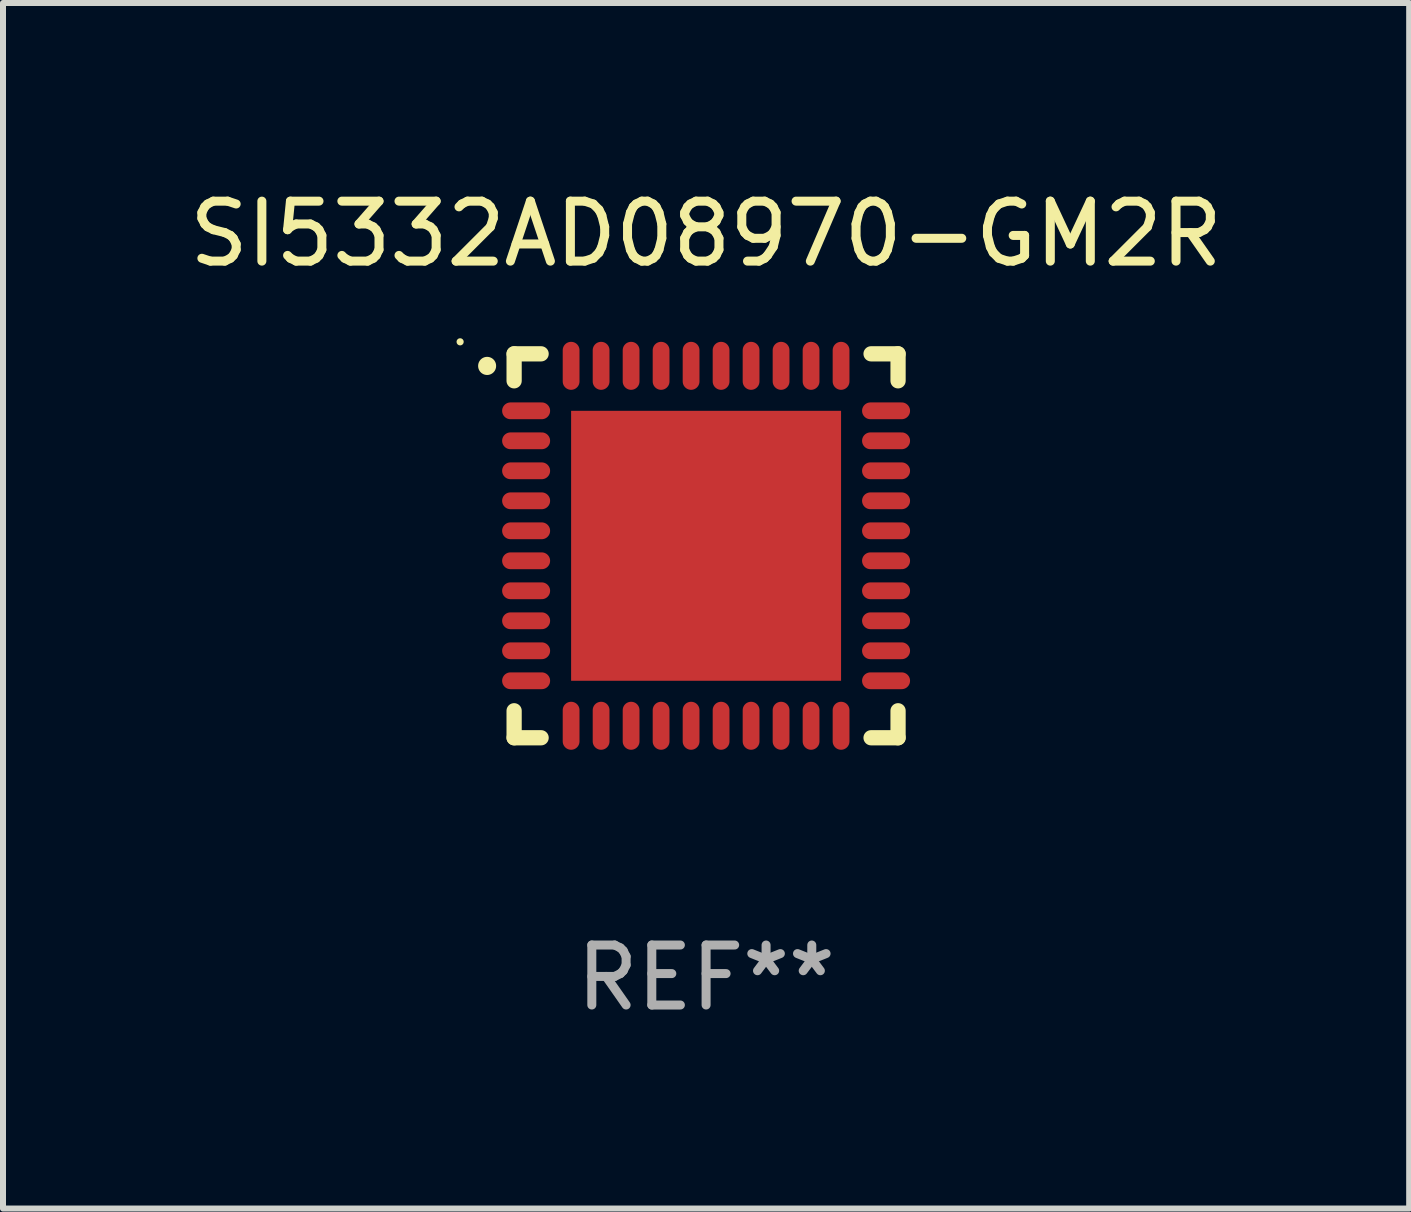
<source format=kicad_pcb>
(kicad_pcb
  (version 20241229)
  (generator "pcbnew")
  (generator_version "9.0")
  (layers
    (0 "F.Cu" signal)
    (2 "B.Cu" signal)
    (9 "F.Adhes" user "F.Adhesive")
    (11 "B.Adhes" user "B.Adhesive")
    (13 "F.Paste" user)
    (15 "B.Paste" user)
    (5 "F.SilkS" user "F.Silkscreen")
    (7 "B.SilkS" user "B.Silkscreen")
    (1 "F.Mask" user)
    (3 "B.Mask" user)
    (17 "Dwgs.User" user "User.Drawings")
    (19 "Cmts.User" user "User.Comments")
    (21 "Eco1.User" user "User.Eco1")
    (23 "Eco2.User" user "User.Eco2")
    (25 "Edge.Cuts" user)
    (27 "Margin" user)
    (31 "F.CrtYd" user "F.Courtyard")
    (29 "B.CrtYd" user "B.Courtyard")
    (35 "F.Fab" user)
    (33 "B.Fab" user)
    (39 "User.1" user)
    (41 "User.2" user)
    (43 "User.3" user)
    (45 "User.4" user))
  (footprint "SI5332AD08970-GM2R"
    (layer "F.Cu")
    (at 8.72 6.048)
    (property "Reference" "SI5332AD08970-GM2R" (at 0 -5.2 0) (layer "F.SilkS") (effects (font (size 1 1) (thickness 0.15))))
    (attr through_hole)
    (fp_line (start -3.2 -3.2) (end -2.75 -3.2) (stroke (width 0.254) (type solid)) (layer "F.SilkS"))
    (fp_line (start -3.2 -2.75) (end -3.2 -3.2) (stroke (width 0.254) (type solid)) (layer "F.SilkS"))
    (fp_line (start -3.2 3.2) (end -3.2 2.75) (stroke (width 0.254) (type solid)) (layer "F.SilkS"))
    (fp_line (start -2.75 3.2) (end -3.2 3.2) (stroke (width 0.254) (type solid)) (layer "F.SilkS"))
    (fp_line (start 2.75 3.2) (end 3.2 3.2) (stroke (width 0.254) (type solid)) (layer "F.SilkS"))
    (fp_line (start 3.2 -3.2) (end 2.75 -3.2) (stroke (width 0.254) (type solid)) (layer "F.SilkS"))
    (fp_line (start 3.2 -2.75) (end 3.2 -3.2) (stroke (width 0.254) (type solid)) (layer "F.SilkS"))
    (fp_line (start 3.2 3.2) (end 3.2 2.75) (stroke (width 0.254) (type solid)) (layer "F.SilkS"))
    (fp_arc (start -3.649987 -2.997206) (mid -3.649992 -2.998476) (end -3.649987 -2.999746) (stroke (width 0.3) (type solid)) (layer "F.SilkS"))
    (fp_circle (center -4.1 -3.4) (end -4.07 -3.4) (stroke (width 0.06) (type solid)) (fill no) (layer "F.SilkS"))
    (fp_text user "REF**" (at 0 7.2 0) (layer "F.Fab") (effects (font (size 1 1) (thickness 0.15))))
    (pad "1" smd oval (at -3 -2.25 90) (size 0.28 0.8) (layers "F.Cu" "F.Mask" "F.Paste"))
    (pad "2" smd oval (at -3 -1.75 90) (size 0.28 0.8) (layers "F.Cu" "F.Mask" "F.Paste"))
    (pad "3" smd oval (at -3 -1.25 90) (size 0.28 0.8) (layers "F.Cu" "F.Mask" "F.Paste"))
    (pad "4" smd oval (at -3 -0.75 90) (size 0.28 0.8) (layers "F.Cu" "F.Mask" "F.Paste"))
    (pad "5" smd oval (at -3 -0.25 90) (size 0.28 0.8) (layers "F.Cu" "F.Mask" "F.Paste"))
    (pad "6" smd oval (at -3 0.25 90) (size 0.28 0.8) (layers "F.Cu" "F.Mask" "F.Paste"))
    (pad "7" smd oval (at -3 0.75 90) (size 0.28 0.8) (layers "F.Cu" "F.Mask" "F.Paste"))
    (pad "8" smd oval (at -3 1.25 90) (size 0.28 0.8) (layers "F.Cu" "F.Mask" "F.Paste"))
    (pad "9" smd oval (at -3 1.75 90) (size 0.28 0.8) (layers "F.Cu" "F.Mask" "F.Paste"))
    (pad "10" smd oval (at -3 2.25 90) (size 0.28 0.8) (layers "F.Cu" "F.Mask" "F.Paste"))
    (pad "11" smd oval (at -2.25 3) (size 0.28 0.8) (layers "F.Cu" "F.Mask" "F.Paste"))
    (pad "12" smd oval (at -1.75 3) (size 0.28 0.8) (layers "F.Cu" "F.Mask" "F.Paste"))
    (pad "13" smd oval (at -1.25 3) (size 0.28 0.8) (layers "F.Cu" "F.Mask" "F.Paste"))
    (pad "14" smd oval (at -0.75 3) (size 0.28 0.8) (layers "F.Cu" "F.Mask" "F.Paste"))
    (pad "15" smd oval (at -0.25 3) (size 0.28 0.8) (layers "F.Cu" "F.Mask" "F.Paste"))
    (pad "16" smd oval (at 0.25 3) (size 0.28 0.8) (layers "F.Cu" "F.Mask" "F.Paste"))
    (pad "17" smd oval (at 0.75 3) (size 0.28 0.8) (layers "F.Cu" "F.Mask" "F.Paste"))
    (pad "18" smd oval (at 1.25 3) (size 0.28 0.8) (layers "F.Cu" "F.Mask" "F.Paste"))
    (pad "19" smd oval (at 1.75 3) (size 0.28 0.8) (layers "F.Cu" "F.Mask" "F.Paste"))
    (pad "20" smd oval (at 2.25 3) (size 0.28 0.8) (layers "F.Cu" "F.Mask" "F.Paste"))
    (pad "21" smd oval (at 3 2.25 90) (size 0.28 0.8) (layers "F.Cu" "F.Mask" "F.Paste"))
    (pad "22" smd oval (at 3 1.75 90) (size 0.28 0.8) (layers "F.Cu" "F.Mask" "F.Paste"))
    (pad "23" smd oval (at 3 1.25 90) (size 0.28 0.8) (layers "F.Cu" "F.Mask" "F.Paste"))
    (pad "24" smd oval (at 3 0.75 90) (size 0.28 0.8) (layers "F.Cu" "F.Mask" "F.Paste"))
    (pad "25" smd oval (at 3 0.25 90) (size 0.28 0.8) (layers "F.Cu" "F.Mask" "F.Paste"))
    (pad "26" smd oval (at 3 -0.25 90) (size 0.28 0.8) (layers "F.Cu" "F.Mask" "F.Paste"))
    (pad "27" smd oval (at 3 -0.75 90) (size 0.28 0.8) (layers "F.Cu" "F.Mask" "F.Paste"))
    (pad "28" smd oval (at 3 -1.25 90) (size 0.28 0.8) (layers "F.Cu" "F.Mask" "F.Paste"))
    (pad "29" smd oval (at 3 -1.75 90) (size 0.28 0.8) (layers "F.Cu" "F.Mask" "F.Paste"))
    (pad "30" smd oval (at 3 -2.25 90) (size 0.28 0.8) (layers "F.Cu" "F.Mask" "F.Paste"))
    (pad "31" smd oval (at 2.25 -3) (size 0.28 0.8) (layers "F.Cu" "F.Mask" "F.Paste"))
    (pad "32" smd oval (at 1.75 -3) (size 0.28 0.8) (layers "F.Cu" "F.Mask" "F.Paste"))
    (pad "33" smd oval (at 1.25 -3) (size 0.28 0.8) (layers "F.Cu" "F.Mask" "F.Paste"))
    (pad "34" smd oval (at 0.75 -3) (size 0.28 0.8) (layers "F.Cu" "F.Mask" "F.Paste"))
    (pad "35" smd oval (at 0.25 -3) (size 0.28 0.8) (layers "F.Cu" "F.Mask" "F.Paste"))
    (pad "36" smd oval (at -0.25 -3) (size 0.28 0.8) (layers "F.Cu" "F.Mask" "F.Paste"))
    (pad "37" smd oval (at -0.75 -3) (size 0.28 0.8) (layers "F.Cu" "F.Mask" "F.Paste"))
    (pad "38" smd oval (at -1.25 -3) (size 0.28 0.8) (layers "F.Cu" "F.Mask" "F.Paste"))
    (pad "39" smd oval (at -1.75 -3) (size 0.28 0.8) (layers "F.Cu" "F.Mask" "F.Paste"))
    (pad "40" smd oval (at -2.25 -3) (size 0.28 0.8) (layers "F.Cu" "F.Mask" "F.Paste"))
    (pad "41" smd rect (at 0 0) (size 4.5 4.5) (layers "F.Cu" "F.Mask" "F.Paste")))
  (gr_rect
    (start -3 -3)
    (end 20.44 17.096)
    (stroke (width 0.1) (type default))
    (fill no)
    (layer "Edge.Cuts")))
</source>
